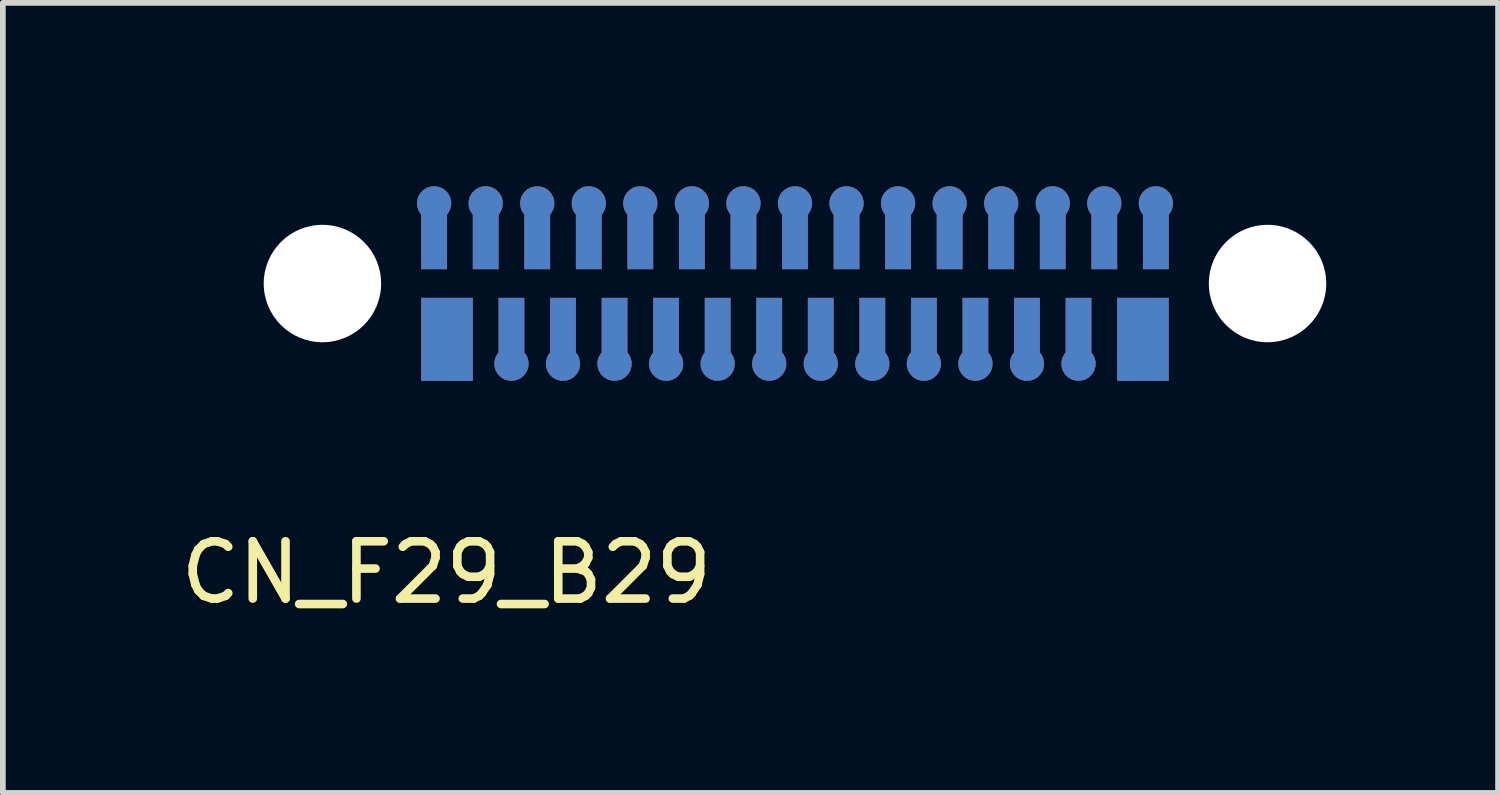
<source format=kicad_pcb>
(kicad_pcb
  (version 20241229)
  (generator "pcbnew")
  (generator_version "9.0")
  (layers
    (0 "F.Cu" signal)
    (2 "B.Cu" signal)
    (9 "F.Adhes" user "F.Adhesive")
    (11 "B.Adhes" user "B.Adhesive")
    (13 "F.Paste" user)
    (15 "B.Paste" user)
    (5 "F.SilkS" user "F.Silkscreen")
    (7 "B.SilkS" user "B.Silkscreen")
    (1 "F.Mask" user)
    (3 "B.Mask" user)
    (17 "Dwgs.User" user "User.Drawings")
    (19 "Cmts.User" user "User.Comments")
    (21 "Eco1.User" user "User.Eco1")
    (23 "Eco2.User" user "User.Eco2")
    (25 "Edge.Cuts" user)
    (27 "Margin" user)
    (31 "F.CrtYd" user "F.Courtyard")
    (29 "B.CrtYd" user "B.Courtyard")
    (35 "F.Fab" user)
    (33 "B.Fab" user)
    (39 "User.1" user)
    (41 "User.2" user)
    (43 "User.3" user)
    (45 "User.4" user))
  (footprint "CN_F29_B29"
    (layer "F.Cu")
    (at 4.754 2.875)
    (property "Reference" "CN_F29_B29" (at -0.01 4.07 0) (layer "F.SilkS") (effects (font (size 1 1) (thickness 0.15))))
    (attr smd)
    (fp_poly (pts (xy -2.22 -2.195) (xy -0.98 -2.195) (xy -0.98 0.245) (xy -2.22 0.245)) (stroke (width 0.15) (type solid)) (fill yes) (layer "F.Mask"))
    (fp_poly (pts (xy -0.9 0.8) (xy 13 0.8) (xy 13 -2.8) (xy -0.9 -2.8)) (stroke (width 0.15) (type solid)) (fill yes) (layer "F.Mask"))
    (fp_poly (pts (xy 13.085 -2.195) (xy 14.325 -2.195) (xy 14.325 0.245) (xy 13.085 0.245)) (stroke (width 0.15) (type solid)) (fill yes) (layer "F.Mask"))
    (fp_poly (pts (xy -2.22 -2.195) (xy -0.98 -2.195) (xy -0.98 0.245) (xy -2.22 0.245)) (stroke (width 0.15) (type solid)) (fill yes) (layer "B.Mask"))
    (fp_poly (pts (xy -0.9 0.8) (xy 13 0.8) (xy 13 -2.8) (xy -0.9 -2.8)) (stroke (width 0.15) (type solid)) (fill yes) (layer "B.Mask"))
    (fp_poly (pts (xy 13.085 -2.195) (xy 14.325 -2.195) (xy 14.325 0.245) (xy 13.085 0.245)) (stroke (width 0.15) (type solid)) (fill yes) (layer "B.Mask"))
    (pad "" np_thru_hole circle (at -2.175 -0.975) (size 2.05 2.05) (drill 2.05) (layers "*.Cu" "*.Mask"))
    (pad "" np_thru_hole circle (at 14.325 -0.975) (size 2.05 2.05) (drill 2.05) (layers "*.Cu" "*.Mask"))
    (pad "B1" smd rect (at 0 0) (size 0.9 1.45) (layers "B.Cu" "B.Mask"))
    (pad "B2" smd custom (at -0.225 -1.8) (size 0.45 1.15) (layers "B.Cu" "B.Mask") (options (anchor rect)) (primitives (gr_circle (center 0 -0.575) (end 0.3 -0.575) (width 0) (fill yes))))
    (pad "B3" smd custom (at 1.125 -0.15 180) (size 0.45 1.15) (layers "B.Cu" "B.Mask") (options (anchor rect)) (primitives (gr_circle (center 0 -0.575) (end 0.3 -0.575) (width 0) (fill yes))))
    (pad "B4" smd custom (at 0.675 -1.8) (size 0.45 1.15) (layers "B.Cu" "B.Mask") (options (anchor rect)) (primitives (gr_circle (center 0 -0.575) (end 0.3 -0.575) (width 0) (fill yes))))
    (pad "B5" smd custom (at 2.025 -0.15 180) (size 0.45 1.15) (layers "B.Cu" "B.Mask") (options (anchor rect)) (primitives (gr_circle (center 0 -0.575) (end 0.3 -0.575) (width 0) (fill yes))))
    (pad "B6" smd custom (at 1.575 -1.8) (size 0.45 1.15) (layers "B.Cu" "B.Mask") (options (anchor rect)) (primitives (gr_circle (center 0 -0.575) (end 0.3 -0.575) (width 0) (fill yes))))
    (pad "B7" smd custom (at 2.925 -0.15 180) (size 0.45 1.15) (layers "B.Cu" "B.Mask") (options (anchor rect)) (primitives (gr_circle (center 0 -0.575) (end 0.3 -0.575) (width 0) (fill yes))))
    (pad "B8" smd custom (at 2.475 -1.8) (size 0.45 1.15) (layers "B.Cu" "B.Mask") (options (anchor rect)) (primitives (gr_circle (center 0 -0.575) (end 0.3 -0.575) (width 0) (fill yes))))
    (pad "B9" smd custom (at 3.825 -0.15 180) (size 0.45 1.15) (layers "B.Cu" "B.Mask") (options (anchor rect)) (primitives (gr_circle (center 0 -0.575) (end 0.3 -0.575) (width 0) (fill yes))))
    (pad "B10" smd custom (at 3.375 -1.8) (size 0.45 1.15) (layers "B.Cu" "B.Mask") (options (anchor rect)) (primitives (gr_circle (center 0 -0.575) (end 0.3 -0.575) (width 0) (fill yes))))
    (pad "B11" smd custom (at 4.725 -0.15 180) (size 0.45 1.15) (layers "B.Cu" "B.Mask") (options (anchor rect)) (primitives (gr_circle (center 0 -0.575) (end 0.3 -0.575) (width 0) (fill yes))))
    (pad "B12" smd custom (at 4.275 -1.8) (size 0.45 1.15) (layers "B.Cu" "B.Mask") (options (anchor rect)) (primitives (gr_circle (center 0 -0.575) (end 0.3 -0.575) (width 0) (fill yes))))
    (pad "B13" smd custom (at 5.625 -0.15 180) (size 0.45 1.15) (layers "B.Cu" "B.Mask") (options (anchor rect)) (primitives (gr_circle (center 0 -0.575) (end 0.3 -0.575) (width 0) (fill yes))))
    (pad "B14" smd custom (at 5.175 -1.8) (size 0.45 1.15) (layers "B.Cu" "B.Mask") (options (anchor rect)) (primitives (gr_circle (center 0 -0.575) (end 0.3 -0.575) (width 0) (fill yes))))
    (pad "B15" smd custom (at 6.525 -0.15 180) (size 0.45 1.15) (layers "B.Cu" "B.Mask") (options (anchor rect)) (primitives (gr_circle (center 0 -0.575) (end 0.3 -0.575) (width 0) (fill yes))))
    (pad "B16" smd custom (at 6.075 -1.8) (size 0.45 1.15) (layers "B.Cu" "B.Mask") (options (anchor rect)) (primitives (gr_circle (center 0 -0.575) (end 0.3 -0.575) (width 0) (fill yes))))
    (pad "B17" smd custom (at 7.425 -0.15 180) (size 0.45 1.15) (layers "B.Cu" "B.Mask") (options (anchor rect)) (primitives (gr_circle (center 0 -0.575) (end 0.3 -0.575) (width 0) (fill yes))))
    (pad "B18" smd custom (at 6.975 -1.8) (size 0.45 1.15) (layers "B.Cu" "B.Mask") (options (anchor rect)) (primitives (gr_circle (center 0 -0.575) (end 0.3 -0.575) (width 0) (fill yes))))
    (pad "B19" smd custom (at 8.325 -0.15 180) (size 0.45 1.15) (layers "B.Cu" "B.Mask") (options (anchor rect)) (primitives (gr_circle (center 0 -0.575) (end 0.3 -0.575) (width 0) (fill yes))))
    (pad "B20" smd custom (at 7.875 -1.8) (size 0.45 1.15) (layers "B.Cu" "B.Mask") (options (anchor rect)) (primitives (gr_circle (center 0 -0.575) (end 0.3 -0.575) (width 0) (fill yes))))
    (pad "B21" smd custom (at 9.225 -0.15 180) (size 0.45 1.15) (layers "B.Cu" "B.Mask") (options (anchor rect)) (primitives (gr_circle (center 0 -0.575) (end 0.3 -0.575) (width 0) (fill yes))))
    (pad "B22" smd custom (at 8.775 -1.8) (size 0.45 1.15) (layers "B.Cu" "B.Mask") (options (anchor rect)) (primitives (gr_circle (center 0 -0.575) (end 0.3 -0.575) (width 0) (fill yes))))
    (pad "B23" smd custom (at 10.125 -0.15 180) (size 0.45 1.15) (layers "B.Cu" "B.Mask") (options (anchor rect)) (primitives (gr_circle (center 0 -0.575) (end 0.3 -0.575) (width 0) (fill yes))))
    (pad "B24" smd custom (at 9.675 -1.8) (size 0.45 1.15) (layers "B.Cu" "B.Mask") (options (anchor rect)) (primitives (gr_circle (center 0 -0.575) (end 0.3 -0.575) (width 0) (fill yes))))
    (pad "B25" smd custom (at 11.025 -0.15 180) (size 0.45 1.15) (layers "B.Cu" "B.Mask") (options (anchor rect)) (primitives (gr_circle (center 0 -0.575) (end 0.3 -0.575) (width 0) (fill yes))))
    (pad "B26" smd custom (at 10.575 -1.8) (size 0.45 1.15) (layers "B.Cu" "B.Mask") (options (anchor rect)) (primitives (gr_circle (center 0 -0.575) (end 0.3 -0.575) (width 0) (fill yes))))
    (pad "B27" smd rect (at 12.15 0) (size 0.9 1.45) (layers "B.Cu" "B.Mask"))
    (pad "B28" smd custom (at 11.475 -1.8) (size 0.45 1.15) (layers "B.Cu" "B.Mask") (options (anchor rect)) (primitives (gr_circle (center 0 -0.575) (end 0.3 -0.575) (width 0) (fill yes))))
    (pad "B29" smd custom (at 12.375 -1.8) (size 0.45 1.15) (layers "B.Cu" "B.Mask") (options (anchor rect)) (primitives (gr_circle (center 0 -0.575) (end 0.3 -0.575) (width 0) (fill yes))))
    (pad "F1" smd rect (at 0 0) (size 0.9 1.45) (layers "F.Cu" "F.Mask"))
    (pad "F2" smd custom (at -0.225 -1.8) (size 0.45 1.15) (layers "F.Cu" "F.Mask") (options (anchor rect)) (primitives (gr_circle (center 0 -0.575) (end 0.3 -0.575) (width 0) (fill yes))))
    (pad "F3" smd custom (at 1.125 -0.15 180) (size 0.45 1.15) (layers "F.Cu" "F.Mask") (options (anchor rect)) (primitives (gr_circle (center 0 -0.575) (end 0.3 -0.575) (width 0) (fill yes))))
    (pad "F4" smd custom (at 0.675 -1.8) (size 0.45 1.15) (layers "F.Cu" "F.Mask") (options (anchor rect)) (primitives (gr_circle (center 0 -0.575) (end 0.3 -0.575) (width 0) (fill yes))))
    (pad "F5" smd custom (at 2.025 -0.15 180) (size 0.45 1.15) (layers "F.Cu" "F.Mask") (options (anchor rect)) (primitives (gr_circle (center 0 -0.575) (end 0.3 -0.575) (width 0) (fill yes))))
    (pad "F6" smd custom (at 1.575 -1.8) (size 0.45 1.15) (layers "F.Cu" "F.Mask") (options (anchor rect)) (primitives (gr_circle (center 0 -0.575) (end 0.3 -0.575) (width 0) (fill yes))))
    (pad "F7" smd custom (at 2.925 -0.15 180) (size 0.45 1.15) (layers "F.Cu" "F.Mask") (options (anchor rect)) (primitives (gr_circle (center 0 -0.575) (end 0.3 -0.575) (width 0) (fill yes))))
    (pad "F8" smd custom (at 2.475 -1.8) (size 0.45 1.15) (layers "F.Cu" "F.Mask") (options (anchor rect)) (primitives (gr_circle (center 0 -0.575) (end 0.3 -0.575) (width 0) (fill yes))))
    (pad "F9" smd custom (at 3.825 -0.15 180) (size 0.45 1.15) (layers "F.Cu" "F.Mask") (options (anchor rect)) (primitives (gr_circle (center 0 -0.575) (end 0.3 -0.575) (width 0) (fill yes))))
    (pad "F10" smd custom (at 3.375 -1.8) (size 0.45 1.15) (layers "F.Cu" "F.Mask") (options (anchor rect)) (primitives (gr_circle (center 0 -0.575) (end 0.3 -0.575) (width 0) (fill yes))))
    (pad "F11" smd custom (at 4.725 -0.15 180) (size 0.45 1.15) (layers "F.Cu" "F.Mask") (options (anchor rect)) (primitives (gr_circle (center 0 -0.575) (end 0.3 -0.575) (width 0) (fill yes))))
    (pad "F12" smd custom (at 4.275 -1.8) (size 0.45 1.15) (layers "F.Cu" "F.Mask") (options (anchor rect)) (primitives (gr_circle (center 0 -0.575) (end 0.3 -0.575) (width 0) (fill yes))))
    (pad "F13" smd custom (at 5.625 -0.15 180) (size 0.45 1.15) (layers "F.Cu" "F.Mask") (options (anchor rect)) (primitives (gr_circle (center 0 -0.575) (end 0.3 -0.575) (width 0) (fill yes))))
    (pad "F14" smd custom (at 5.175 -1.8) (size 0.45 1.15) (layers "F.Cu" "F.Mask") (options (anchor rect)) (primitives (gr_circle (center 0 -0.575) (end 0.3 -0.575) (width 0) (fill yes))))
    (pad "F15" smd custom (at 6.525 -0.15 180) (size 0.45 1.15) (layers "F.Cu" "F.Mask") (options (anchor rect)) (primitives (gr_circle (center 0 -0.575) (end 0.3 -0.575) (width 0) (fill yes))))
    (pad "F16" smd custom (at 6.075 -1.8) (size 0.45 1.15) (layers "F.Cu" "F.Mask") (options (anchor rect)) (primitives (gr_circle (center 0 -0.575) (end 0.3 -0.575) (width 0) (fill yes))))
    (pad "F17" smd custom (at 7.425 -0.15 180) (size 0.45 1.15) (layers "F.Cu" "F.Mask") (options (anchor rect)) (primitives (gr_circle (center 0 -0.575) (end 0.3 -0.575) (width 0) (fill yes))))
    (pad "F18" smd custom (at 6.975 -1.8) (size 0.45 1.15) (layers "F.Cu" "F.Mask") (options (anchor rect)) (primitives (gr_circle (center 0 -0.575) (end 0.3 -0.575) (width 0) (fill yes))))
    (pad "F19" smd custom (at 8.325 -0.15 180) (size 0.45 1.15) (layers "F.Cu" "F.Mask") (options (anchor rect)) (primitives (gr_circle (center 0 -0.575) (end 0.3 -0.575) (width 0) (fill yes))))
    (pad "F20" smd custom (at 7.875 -1.8) (size 0.45 1.15) (layers "F.Cu" "F.Mask") (options (anchor rect)) (primitives (gr_circle (center 0 -0.575) (end 0.3 -0.575) (width 0) (fill yes))))
    (pad "F21" smd custom (at 9.225 -0.15 180) (size 0.45 1.15) (layers "F.Cu" "F.Mask") (options (anchor rect)) (primitives (gr_circle (center 0 -0.575) (end 0.3 -0.575) (width 0) (fill yes))))
    (pad "F22" smd custom (at 8.775 -1.8) (size 0.45 1.15) (layers "F.Cu" "F.Mask") (options (anchor rect)) (primitives (gr_circle (center 0 -0.575) (end 0.3 -0.575) (width 0) (fill yes))))
    (pad "F23" smd custom (at 10.125 -0.15 180) (size 0.45 1.15) (layers "F.Cu" "F.Mask") (options (anchor rect)) (primitives (gr_circle (center 0 -0.575) (end 0.3 -0.575) (width 0) (fill yes))))
    (pad "F24" smd custom (at 9.675 -1.8) (size 0.45 1.15) (layers "F.Cu" "F.Mask") (options (anchor rect)) (primitives (gr_circle (center 0 -0.575) (end 0.3 -0.575) (width 0) (fill yes))))
    (pad "F25" smd custom (at 11.025 -0.15 180) (size 0.45 1.15) (layers "F.Cu" "F.Mask") (options (anchor rect)) (primitives (gr_circle (center 0 -0.575) (end 0.3 -0.575) (width 0) (fill yes))))
    (pad "F26" smd custom (at 10.575 -1.8) (size 0.45 1.15) (layers "F.Cu" "F.Mask") (options (anchor rect)) (primitives (gr_circle (center 0 -0.575) (end 0.3 -0.575) (width 0) (fill yes))))
    (pad "F27" smd rect (at 12.15 0) (size 0.9 1.45) (layers "F.Cu" "F.Mask"))
    (pad "F28" smd custom (at 11.475 -1.8) (size 0.45 1.15) (layers "F.Cu" "F.Mask") (options (anchor rect)) (primitives (gr_circle (center 0 -0.575) (end 0.3 -0.575) (width 0) (fill yes))))
    (pad "F29" smd custom (at 12.375 -1.8) (size 0.45 1.15) (layers "F.Cu" "F.Mask") (options (anchor rect)) (primitives (gr_circle (center 0 -0.575) (end 0.3 -0.575) (width 0) (fill yes)))))
  (gr_rect
    (start -3 -3)
    (end 23.104 10.793)
    (stroke (width 0.1) (type default))
    (fill no)
    (layer "Edge.Cuts")))
</source>
